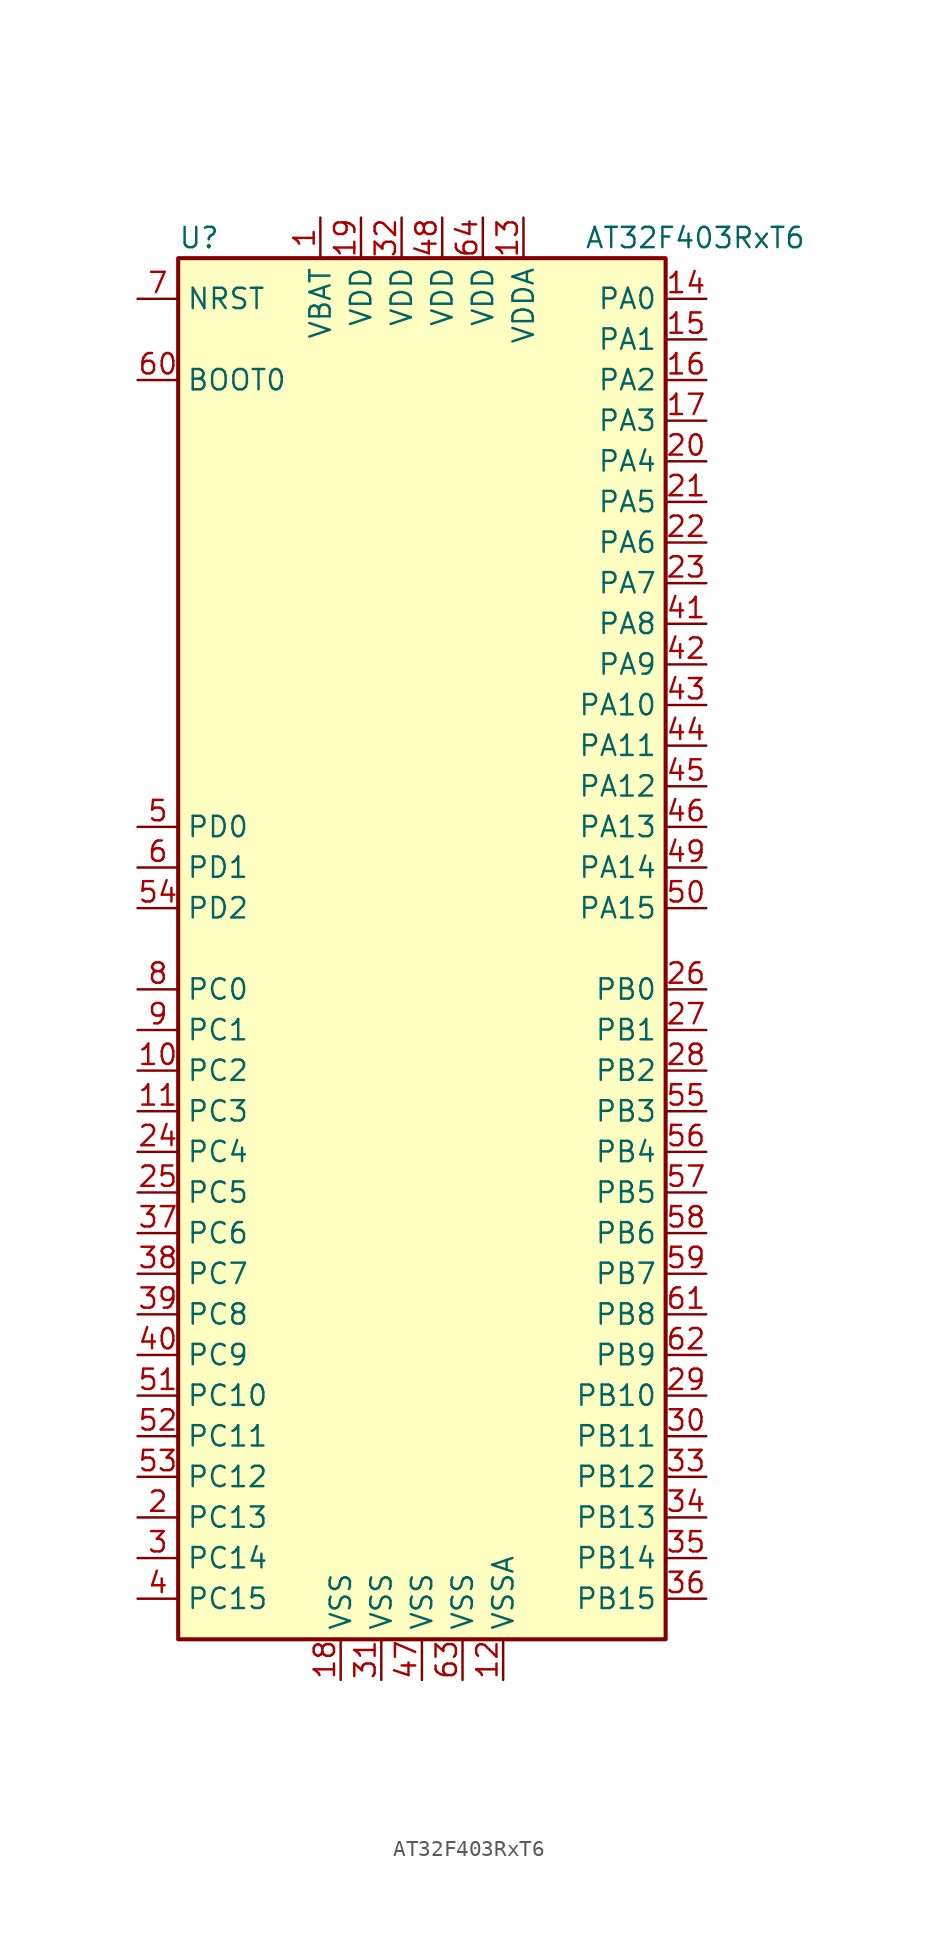
<source format=kicad_sym>
(kicad_symbol_lib
  (version 20220331)
  (generator kicad_symbol_editor)
  (symbol "AT32F403RxT6"
    (property "Reference" "U"
      (at -15.24 44.45 0)
      (effects (font (size 1.27 1.27)) (justify left)))
    (property "Value" "AT32F403RxT6"
      (at 10.16 44.45 0)
      (effects (font (size 1.27 1.27)) (justify left)))
    (symbol "AT32F403RxT6_0_1"
      (rectangle (start -15.24 43.18) (end 15.24 -43.18) (stroke (width 0.254) (type default)) (fill (type background))))
    (symbol "AT32F403RxT6_1_1"
      (pin power_in line (at -6.35 45.72 270) (length 2.54) (name "VBAT" (effects (font (size 1.27 1.27)))) (number "1" (effects (font (size 1.27 1.27)))))
      (pin bidirectional line (at -17.78 -7.62 0) (length 2.54) (name "PC2" (effects (font (size 1.27 1.27)))) (number "10" (effects (font (size 1.27 1.27)))))
      (pin bidirectional line (at -17.78 -10.16 0) (length 2.54) (name "PC3" (effects (font (size 1.27 1.27)))) (number "11" (effects (font (size 1.27 1.27)))))
      (pin power_in line (at 5.08 -45.72 90) (length 2.54) (name "VSSA" (effects (font (size 1.27 1.27)))) (number "12" (effects (font (size 1.27 1.27)))))
      (pin power_in line (at 6.35 45.72 270) (length 2.54) (name "VDDA" (effects (font (size 1.27 1.27)))) (number "13" (effects (font (size 1.27 1.27)))))
      (pin bidirectional line (at 17.78 40.64 180) (length 2.54) (name "PA0" (effects (font (size 1.27 1.27)))) (number "14" (effects (font (size 1.27 1.27)))))
      (pin bidirectional line (at 17.78 38.1 180) (length 2.54) (name "PA1" (effects (font (size 1.27 1.27)))) (number "15" (effects (font (size 1.27 1.27)))))
      (pin bidirectional line (at 17.78 35.56 180) (length 2.54) (name "PA2" (effects (font (size 1.27 1.27)))) (number "16" (effects (font (size 1.27 1.27)))))
      (pin bidirectional line (at 17.78 33.02 180) (length 2.54) (name "PA3" (effects (font (size 1.27 1.27)))) (number "17" (effects (font (size 1.27 1.27)))))
      (pin power_in line (at -5.08 -45.72 90) (length 2.54) (name "VSS" (effects (font (size 1.27 1.27)))) (number "18" (effects (font (size 1.27 1.27)))))
      (pin power_in line (at -3.81 45.72 270) (length 2.54) (name "VDD" (effects (font (size 1.27 1.27)))) (number "19" (effects (font (size 1.27 1.27)))))
      (pin bidirectional line (at -17.78 -35.56 0) (length 2.54) (name "PC13" (effects (font (size 1.27 1.27)))) (number "2" (effects (font (size 1.27 1.27)))))
      (pin bidirectional line (at 17.78 30.48 180) (length 2.54) (name "PA4" (effects (font (size 1.27 1.27)))) (number "20" (effects (font (size 1.27 1.27)))))
      (pin bidirectional line (at 17.78 27.94 180) (length 2.54) (name "PA5" (effects (font (size 1.27 1.27)))) (number "21" (effects (font (size 1.27 1.27)))))
      (pin bidirectional line (at 17.78 25.4 180) (length 2.54) (name "PA6" (effects (font (size 1.27 1.27)))) (number "22" (effects (font (size 1.27 1.27)))))
      (pin bidirectional line (at 17.78 22.86 180) (length 2.54) (name "PA7" (effects (font (size 1.27 1.27)))) (number "23" (effects (font (size 1.27 1.27)))))
      (pin bidirectional line (at -17.78 -12.7 0) (length 2.54) (name "PC4" (effects (font (size 1.27 1.27)))) (number "24" (effects (font (size 1.27 1.27)))))
      (pin bidirectional line (at -17.78 -15.24 0) (length 2.54) (name "PC5" (effects (font (size 1.27 1.27)))) (number "25" (effects (font (size 1.27 1.27)))))
      (pin bidirectional line (at 17.78 -2.54 180) (length 2.54) (name "PB0" (effects (font (size 1.27 1.27)))) (number "26" (effects (font (size 1.27 1.27)))))
      (pin bidirectional line (at 17.78 -5.08 180) (length 2.54) (name "PB1" (effects (font (size 1.27 1.27)))) (number "27" (effects (font (size 1.27 1.27)))))
      (pin bidirectional line (at 17.78 -7.62 180) (length 2.54) (name "PB2" (effects (font (size 1.27 1.27)))) (number "28" (effects (font (size 1.27 1.27)))))
      (pin bidirectional line (at 17.78 -27.94 180) (length 2.54) (name "PB10" (effects (font (size 1.27 1.27)))) (number "29" (effects (font (size 1.27 1.27)))))
      (pin bidirectional line (at -17.78 -38.1 0) (length 2.54) (name "PC14" (effects (font (size 1.27 1.27)))) (number "3" (effects (font (size 1.27 1.27)))))
      (pin bidirectional line (at 17.78 -30.48 180) (length 2.54) (name "PB11" (effects (font (size 1.27 1.27)))) (number "30" (effects (font (size 1.27 1.27)))))
      (pin power_in line (at -2.54 -45.72 90) (length 2.54) (name "VSS" (effects (font (size 1.27 1.27)))) (number "31" (effects (font (size 1.27 1.27)))))
      (pin power_in line (at -1.27 45.72 270) (length 2.54) (name "VDD" (effects (font (size 1.27 1.27)))) (number "32" (effects (font (size 1.27 1.27)))))
      (pin bidirectional line (at 17.78 -33.02 180) (length 2.54) (name "PB12" (effects (font (size 1.27 1.27)))) (number "33" (effects (font (size 1.27 1.27)))))
      (pin bidirectional line (at 17.78 -35.56 180) (length 2.54) (name "PB13" (effects (font (size 1.27 1.27)))) (number "34" (effects (font (size 1.27 1.27)))))
      (pin bidirectional line (at 17.78 -38.1 180) (length 2.54) (name "PB14" (effects (font (size 1.27 1.27)))) (number "35" (effects (font (size 1.27 1.27)))))
      (pin bidirectional line (at 17.78 -40.64 180) (length 2.54) (name "PB15" (effects (font (size 1.27 1.27)))) (number "36" (effects (font (size 1.27 1.27)))))
      (pin bidirectional line (at -17.78 -17.78 0) (length 2.54) (name "PC6" (effects (font (size 1.27 1.27)))) (number "37" (effects (font (size 1.27 1.27)))))
      (pin bidirectional line (at -17.78 -20.32 0) (length 2.54) (name "PC7" (effects (font (size 1.27 1.27)))) (number "38" (effects (font (size 1.27 1.27)))))
      (pin bidirectional line (at -17.78 -22.86 0) (length 2.54) (name "PC8" (effects (font (size 1.27 1.27)))) (number "39" (effects (font (size 1.27 1.27)))))
      (pin bidirectional line (at -17.78 -40.64 0) (length 2.54) (name "PC15" (effects (font (size 1.27 1.27)))) (number "4" (effects (font (size 1.27 1.27)))))
      (pin bidirectional line (at -17.78 -25.4 0) (length 2.54) (name "PC9" (effects (font (size 1.27 1.27)))) (number "40" (effects (font (size 1.27 1.27)))))
      (pin bidirectional line (at 17.78 20.32 180) (length 2.54) (name "PA8" (effects (font (size 1.27 1.27)))) (number "41" (effects (font (size 1.27 1.27)))))
      (pin bidirectional line (at 17.78 17.78 180) (length 2.54) (name "PA9" (effects (font (size 1.27 1.27)))) (number "42" (effects (font (size 1.27 1.27)))))
      (pin bidirectional line (at 17.78 15.24 180) (length 2.54) (name "PA10" (effects (font (size 1.27 1.27)))) (number "43" (effects (font (size 1.27 1.27)))))
      (pin bidirectional line (at 17.78 12.7 180) (length 2.54) (name "PA11" (effects (font (size 1.27 1.27)))) (number "44" (effects (font (size 1.27 1.27)))))
      (pin bidirectional line (at 17.78 10.16 180) (length 2.54) (name "PA12" (effects (font (size 1.27 1.27)))) (number "45" (effects (font (size 1.27 1.27)))))
      (pin bidirectional line (at 17.78 7.62 180) (length 2.54) (name "PA13" (effects (font (size 1.27 1.27)))) (number "46" (effects (font (size 1.27 1.27)))))
      (pin power_in line (at 0 -45.72 90) (length 2.54) (name "VSS" (effects (font (size 1.27 1.27)))) (number "47" (effects (font (size 1.27 1.27)))))
      (pin power_in line (at 1.27 45.72 270) (length 2.54) (name "VDD" (effects (font (size 1.27 1.27)))) (number "48" (effects (font (size 1.27 1.27)))))
      (pin bidirectional line (at 17.78 5.08 180) (length 2.54) (name "PA14" (effects (font (size 1.27 1.27)))) (number "49" (effects (font (size 1.27 1.27)))))
      (pin input line (at -17.78 7.62 0) (length 2.54) (name "PD0" (effects (font (size 1.27 1.27)))) (number "5" (effects (font (size 1.27 1.27)))))
      (pin bidirectional line (at 17.78 2.54 180) (length 2.54) (name "PA15" (effects (font (size 1.27 1.27)))) (number "50" (effects (font (size 1.27 1.27)))))
      (pin bidirectional line (at -17.78 -27.94 0) (length 2.54) (name "PC10" (effects (font (size 1.27 1.27)))) (number "51" (effects (font (size 1.27 1.27)))))
      (pin bidirectional line (at -17.78 -30.48 0) (length 2.54) (name "PC11" (effects (font (size 1.27 1.27)))) (number "52" (effects (font (size 1.27 1.27)))))
      (pin bidirectional line (at -17.78 -33.02 0) (length 2.54) (name "PC12" (effects (font (size 1.27 1.27)))) (number "53" (effects (font (size 1.27 1.27)))))
      (pin bidirectional line (at -17.78 2.54 0) (length 2.54) (name "PD2" (effects (font (size 1.27 1.27)))) (number "54" (effects (font (size 1.27 1.27)))))
      (pin bidirectional line (at 17.78 -10.16 180) (length 2.54) (name "PB3" (effects (font (size 1.27 1.27)))) (number "55" (effects (font (size 1.27 1.27)))))
      (pin bidirectional line (at 17.78 -12.7 180) (length 2.54) (name "PB4" (effects (font (size 1.27 1.27)))) (number "56" (effects (font (size 1.27 1.27)))))
      (pin bidirectional line (at 17.78 -15.24 180) (length 2.54) (name "PB5" (effects (font (size 1.27 1.27)))) (number "57" (effects (font (size 1.27 1.27)))))
      (pin bidirectional line (at 17.78 -17.78 180) (length 2.54) (name "PB6" (effects (font (size 1.27 1.27)))) (number "58" (effects (font (size 1.27 1.27)))))
      (pin bidirectional line (at 17.78 -20.32 180) (length 2.54) (name "PB7" (effects (font (size 1.27 1.27)))) (number "59" (effects (font (size 1.27 1.27)))))
      (pin input line (at -17.78 5.08 0) (length 2.54) (name "PD1" (effects (font (size 1.27 1.27)))) (number "6" (effects (font (size 1.27 1.27)))))
      (pin input line (at -17.78 35.56 0) (length 2.54) (name "BOOT0" (effects (font (size 1.27 1.27)))) (number "60" (effects (font (size 1.27 1.27)))))
      (pin bidirectional line (at 17.78 -22.86 180) (length 2.54) (name "PB8" (effects (font (size 1.27 1.27)))) (number "61" (effects (font (size 1.27 1.27)))))
      (pin bidirectional line (at 17.78 -25.4 180) (length 2.54) (name "PB9" (effects (font (size 1.27 1.27)))) (number "62" (effects (font (size 1.27 1.27)))))
      (pin power_in line (at 2.54 -45.72 90) (length 2.54) (name "VSS" (effects (font (size 1.27 1.27)))) (number "63" (effects (font (size 1.27 1.27)))))
      (pin power_in line (at 3.81 45.72 270) (length 2.54) (name "VDD" (effects (font (size 1.27 1.27)))) (number "64" (effects (font (size 1.27 1.27)))))
      (pin input line (at -17.78 40.64 0) (length 2.54) (name "NRST" (effects (font (size 1.27 1.27)))) (number "7" (effects (font (size 1.27 1.27)))))
      (pin bidirectional line (at -17.78 -2.54 0) (length 2.54) (name "PC0" (effects (font (size 1.27 1.27)))) (number "8" (effects (font (size 1.27 1.27)))))
      (pin bidirectional line (at -17.78 -5.08 0) (length 2.54) (name "PC1" (effects (font (size 1.27 1.27)))) (number "9" (effects (font (size 1.27 1.27))))))))
</source>
